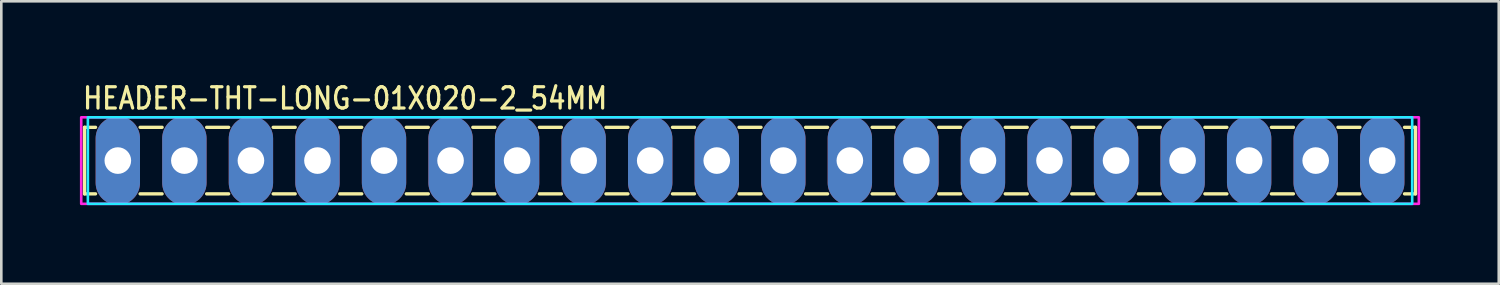
<source format=kicad_pcb>
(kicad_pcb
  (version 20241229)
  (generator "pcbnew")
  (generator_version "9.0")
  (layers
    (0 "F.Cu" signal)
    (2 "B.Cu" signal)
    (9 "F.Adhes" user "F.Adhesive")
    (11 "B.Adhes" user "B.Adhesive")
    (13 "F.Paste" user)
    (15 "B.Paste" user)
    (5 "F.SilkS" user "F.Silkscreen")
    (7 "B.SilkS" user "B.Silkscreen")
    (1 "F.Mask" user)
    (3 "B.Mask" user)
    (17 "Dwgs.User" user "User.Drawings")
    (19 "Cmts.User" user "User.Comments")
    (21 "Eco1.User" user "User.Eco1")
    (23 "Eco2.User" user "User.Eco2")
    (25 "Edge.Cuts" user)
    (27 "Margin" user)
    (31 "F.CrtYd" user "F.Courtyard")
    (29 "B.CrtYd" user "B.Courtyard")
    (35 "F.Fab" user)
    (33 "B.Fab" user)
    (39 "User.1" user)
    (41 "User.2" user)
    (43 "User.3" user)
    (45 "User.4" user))
  (footprint "HEADER-THT-LONG-01X020-2_54MM"
    (layer "F.Cu")
    (at 1.447 3.079)
    (property "Reference" "HEADER-THT-LONG-01X020-2_54MM" (at -1.4 -1.9 0) (unlocked yes) (layer "F.SilkS") (effects (font (size 0.813 0.695) (thickness 0.122)) (justify left bottom)))
    (fp_line (start -1.27 -1.27) (end -1.27 1.27) (stroke (width 0.127) (type solid)) (layer "F.SilkS"))
    (fp_line (start -1.27 1.27) (end -0.85 1.27) (stroke (width 0.127) (type solid)) (layer "F.SilkS"))
    (fp_line (start -0.85 -1.27) (end -1.27 -1.27) (stroke (width 0.127) (type solid)) (layer "F.SilkS"))
    (fp_line (start 0.85 -1.27) (end 1.69 -1.27) (stroke (width 0.127) (type solid)) (layer "F.SilkS"))
    (fp_line (start 0.85 1.27) (end 1.69 1.27) (stroke (width 0.127) (type solid)) (layer "F.SilkS"))
    (fp_line (start 3.39 -1.27) (end 4.23 -1.27) (stroke (width 0.127) (type solid)) (layer "F.SilkS"))
    (fp_line (start 3.39 1.27) (end 4.23 1.27) (stroke (width 0.127) (type solid)) (layer "F.SilkS"))
    (fp_line (start 5.93 -1.27) (end 6.77 -1.27) (stroke (width 0.127) (type solid)) (layer "F.SilkS"))
    (fp_line (start 5.93 1.27) (end 6.77 1.27) (stroke (width 0.127) (type solid)) (layer "F.SilkS"))
    (fp_line (start 8.47 -1.27) (end 9.31 -1.27) (stroke (width 0.127) (type solid)) (layer "F.SilkS"))
    (fp_line (start 8.47 1.27) (end 9.31 1.27) (stroke (width 0.127) (type solid)) (layer "F.SilkS"))
    (fp_line (start 11.01 -1.27) (end 11.85 -1.27) (stroke (width 0.127) (type solid)) (layer "F.SilkS"))
    (fp_line (start 11.01 1.27) (end 11.85 1.27) (stroke (width 0.127) (type solid)) (layer "F.SilkS"))
    (fp_line (start 13.55 -1.27) (end 14.39 -1.27) (stroke (width 0.127) (type solid)) (layer "F.SilkS"))
    (fp_line (start 13.55 1.27) (end 14.39 1.27) (stroke (width 0.127) (type solid)) (layer "F.SilkS"))
    (fp_line (start 16.09 -1.27) (end 16.93 -1.27) (stroke (width 0.127) (type solid)) (layer "F.SilkS"))
    (fp_line (start 16.09 1.27) (end 16.93 1.27) (stroke (width 0.127) (type solid)) (layer "F.SilkS"))
    (fp_line (start 18.63 -1.27) (end 19.47 -1.27) (stroke (width 0.127) (type solid)) (layer "F.SilkS"))
    (fp_line (start 18.63 1.27) (end 19.47 1.27) (stroke (width 0.127) (type solid)) (layer "F.SilkS"))
    (fp_line (start 21.17 -1.27) (end 22.01 -1.27) (stroke (width 0.127) (type solid)) (layer "F.SilkS"))
    (fp_line (start 21.17 1.27) (end 22.01 1.27) (stroke (width 0.127) (type solid)) (layer "F.SilkS"))
    (fp_line (start 23.71 -1.27) (end 24.55 -1.27) (stroke (width 0.127) (type solid)) (layer "F.SilkS"))
    (fp_line (start 23.71 1.27) (end 24.55 1.27) (stroke (width 0.127) (type solid)) (layer "F.SilkS"))
    (fp_line (start 26.25 -1.27) (end 27.09 -1.27) (stroke (width 0.127) (type solid)) (layer "F.SilkS"))
    (fp_line (start 26.25 1.27) (end 27.09 1.27) (stroke (width 0.127) (type solid)) (layer "F.SilkS"))
    (fp_line (start 28.79 -1.27) (end 29.63 -1.27) (stroke (width 0.127) (type solid)) (layer "F.SilkS"))
    (fp_line (start 28.79 1.27) (end 29.63 1.27) (stroke (width 0.127) (type solid)) (layer "F.SilkS"))
    (fp_line (start 31.33 -1.27) (end 32.17 -1.27) (stroke (width 0.127) (type solid)) (layer "F.SilkS"))
    (fp_line (start 31.33 1.27) (end 32.17 1.27) (stroke (width 0.127) (type solid)) (layer "F.SilkS"))
    (fp_line (start 33.87 -1.27) (end 34.71 -1.27) (stroke (width 0.127) (type solid)) (layer "F.SilkS"))
    (fp_line (start 33.87 1.27) (end 34.71 1.27) (stroke (width 0.127) (type solid)) (layer "F.SilkS"))
    (fp_line (start 36.41 -1.27) (end 37.25 -1.27) (stroke (width 0.127) (type solid)) (layer "F.SilkS"))
    (fp_line (start 36.41 1.27) (end 37.25 1.27) (stroke (width 0.127) (type solid)) (layer "F.SilkS"))
    (fp_line (start 38.95 -1.27) (end 39.79 -1.27) (stroke (width 0.127) (type solid)) (layer "F.SilkS"))
    (fp_line (start 38.95 1.27) (end 39.79 1.27) (stroke (width 0.127) (type solid)) (layer "F.SilkS"))
    (fp_line (start 41.49 -1.27) (end 42.33 -1.27) (stroke (width 0.127) (type solid)) (layer "F.SilkS"))
    (fp_line (start 41.49 1.27) (end 42.33 1.27) (stroke (width 0.127) (type solid)) (layer "F.SilkS"))
    (fp_line (start 44.03 -1.27) (end 44.87 -1.27) (stroke (width 0.127) (type solid)) (layer "F.SilkS"))
    (fp_line (start 44.03 1.27) (end 44.87 1.27) (stroke (width 0.127) (type solid)) (layer "F.SilkS"))
    (fp_line (start 46.57 -1.27) (end 47.41 -1.27) (stroke (width 0.127) (type solid)) (layer "F.SilkS"))
    (fp_line (start 46.57 1.27) (end 47.41 1.27) (stroke (width 0.127) (type solid)) (layer "F.SilkS"))
    (fp_line (start 49.11 -1.27) (end 49.53 -1.27) (stroke (width 0.127) (type solid)) (layer "F.SilkS"))
    (fp_line (start 49.53 -1.27) (end 49.53 1.27) (stroke (width 0.127) (type solid)) (layer "F.SilkS"))
    (fp_line (start 49.53 1.27) (end 49.11 1.27) (stroke (width 0.127) (type solid)) (layer "F.SilkS"))
    (fp_poly (pts (xy -1.143 -1.651) (xy 49.403 -1.651) (xy 49.403 1.651) (xy -1.143 1.651)) (stroke (width 0.1) (type solid)) (fill no) (layer "B.CrtYd"))
    (fp_poly (pts (xy -1.397 -1.651) (xy 49.657 -1.651) (xy 49.657 1.651) (xy -1.397 1.651)) (stroke (width 0.1) (type solid)) (fill no) (layer "F.CrtYd"))
    (pad "P$1" thru_hole oval (at 0 0 90) (size 3.387 1.693) (drill 1.016) (layers "*.Cu" "*.Mask"))
    (pad "P$2" thru_hole oval (at 2.54 0 90) (size 3.387 1.693) (drill 1.016) (layers "*.Cu" "*.Mask"))
    (pad "P$3" thru_hole oval (at 5.08 0 90) (size 3.387 1.693) (drill 1.016) (layers "*.Cu" "*.Mask"))
    (pad "P$4" thru_hole oval (at 7.62 0 90) (size 3.387 1.693) (drill 1.016) (layers "*.Cu" "*.Mask"))
    (pad "P$5" thru_hole oval (at 10.16 0 90) (size 3.387 1.693) (drill 1.016) (layers "*.Cu" "*.Mask"))
    (pad "P$6" thru_hole oval (at 12.7 0 90) (size 3.387 1.693) (drill 1.016) (layers "*.Cu" "*.Mask"))
    (pad "P$7" thru_hole oval (at 15.24 0 90) (size 3.387 1.693) (drill 1.016) (layers "*.Cu" "*.Mask"))
    (pad "P$8" thru_hole oval (at 17.78 0 90) (size 3.387 1.693) (drill 1.016) (layers "*.Cu" "*.Mask"))
    (pad "P$9" thru_hole oval (at 20.32 0 90) (size 3.387 1.693) (drill 1.016) (layers "*.Cu" "*.Mask"))
    (pad "P$10" thru_hole oval (at 22.86 0 90) (size 3.387 1.693) (drill 1.016) (layers "*.Cu" "*.Mask"))
    (pad "P$11" thru_hole oval (at 25.4 0 90) (size 3.387 1.693) (drill 1.016) (layers "*.Cu" "*.Mask"))
    (pad "P$12" thru_hole oval (at 27.94 0 90) (size 3.387 1.693) (drill 1.016) (layers "*.Cu" "*.Mask"))
    (pad "P$13" thru_hole oval (at 30.48 0 90) (size 3.387 1.693) (drill 1.016) (layers "*.Cu" "*.Mask"))
    (pad "P$14" thru_hole oval (at 33.02 0 90) (size 3.387 1.693) (drill 1.016) (layers "*.Cu" "*.Mask"))
    (pad "P$15" thru_hole oval (at 35.56 0 90) (size 3.387 1.693) (drill 1.016) (layers "*.Cu" "*.Mask"))
    (pad "P$16" thru_hole oval (at 38.1 0 90) (size 3.387 1.693) (drill 1.016) (layers "*.Cu" "*.Mask"))
    (pad "P$17" thru_hole oval (at 40.64 0 90) (size 3.387 1.693) (drill 1.016) (layers "*.Cu" "*.Mask"))
    (pad "P$18" thru_hole oval (at 43.18 0 90) (size 3.387 1.693) (drill 1.016) (layers "*.Cu" "*.Mask"))
    (pad "P$19" thru_hole oval (at 45.72 0 90) (size 3.387 1.693) (drill 1.016) (layers "*.Cu" "*.Mask"))
    (pad "P$20" thru_hole oval (at 48.26 0 90) (size 3.387 1.693) (drill 1.016) (layers "*.Cu" "*.Mask")))
  (gr_rect
    (start -3 -3)
    (end 54.154 7.78)
    (stroke (width 0.1) (type default))
    (fill no)
    (layer "Edge.Cuts")))
</source>
